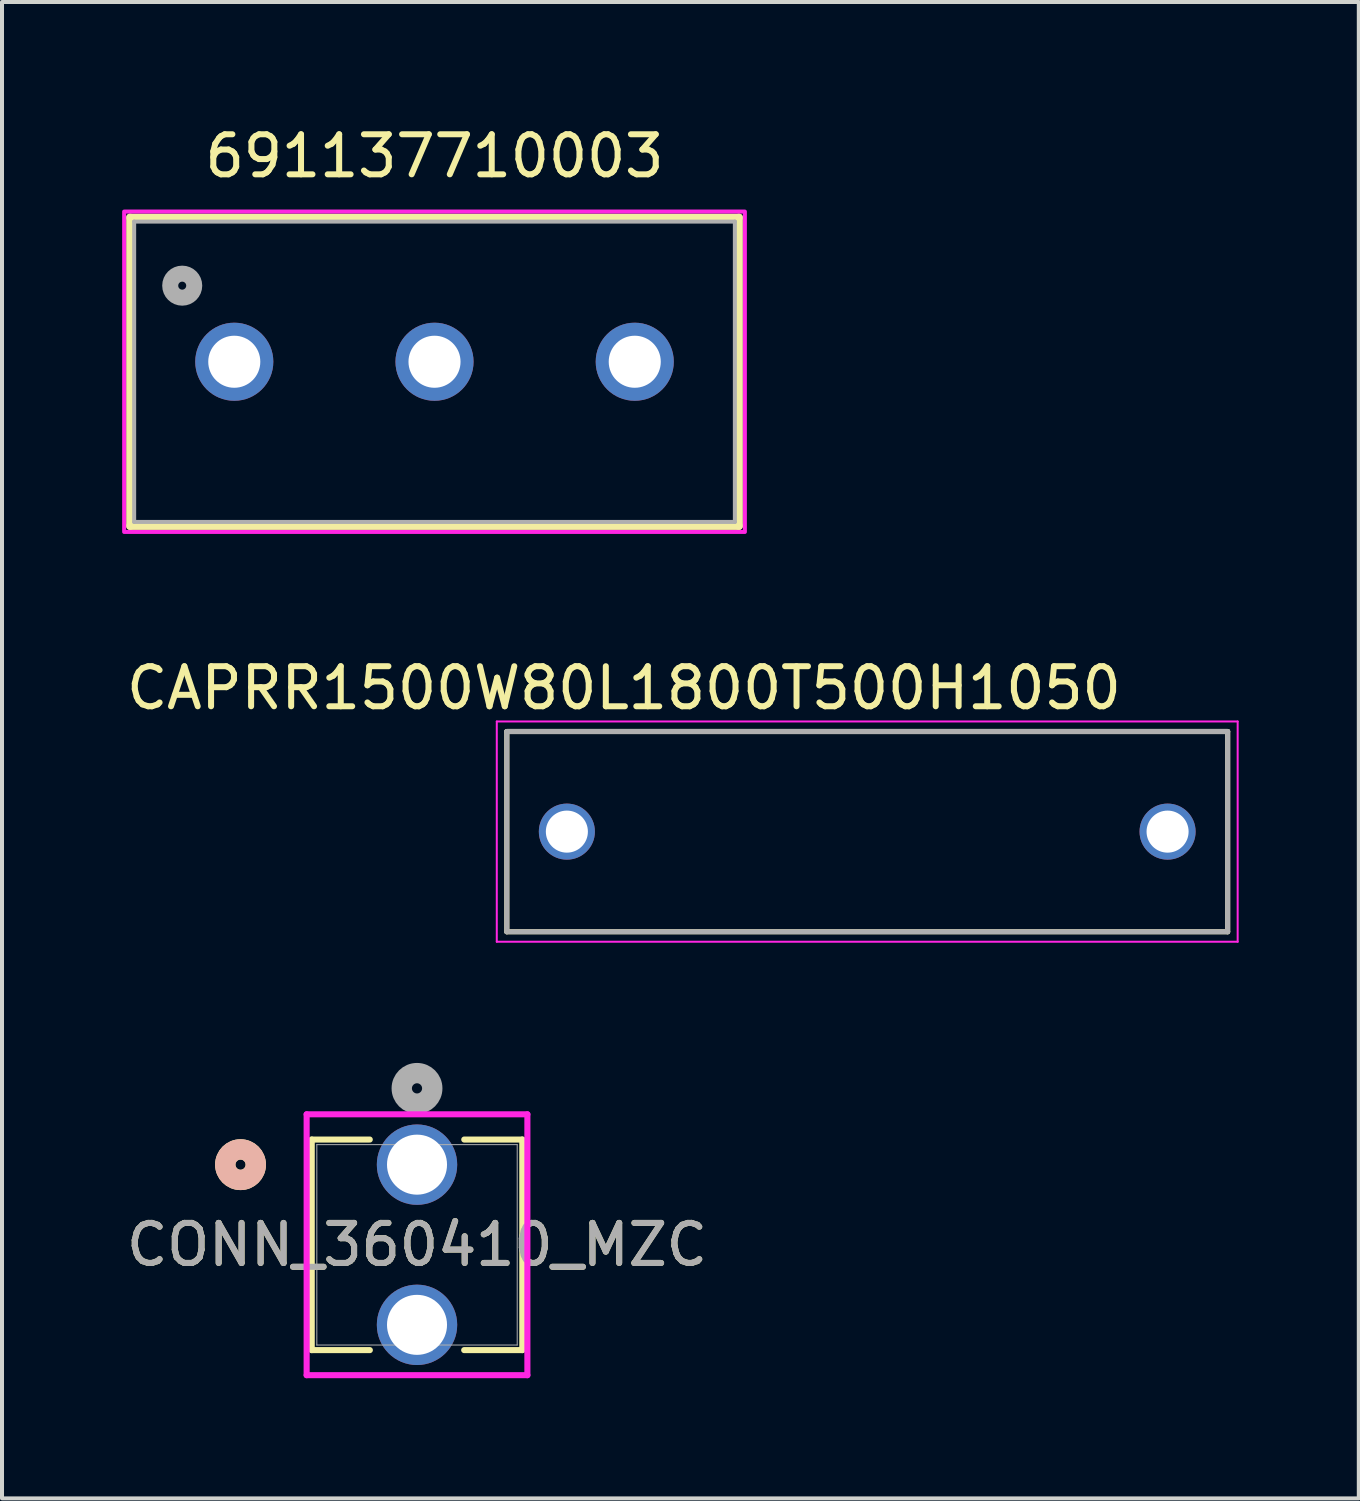
<source format=kicad_pcb>
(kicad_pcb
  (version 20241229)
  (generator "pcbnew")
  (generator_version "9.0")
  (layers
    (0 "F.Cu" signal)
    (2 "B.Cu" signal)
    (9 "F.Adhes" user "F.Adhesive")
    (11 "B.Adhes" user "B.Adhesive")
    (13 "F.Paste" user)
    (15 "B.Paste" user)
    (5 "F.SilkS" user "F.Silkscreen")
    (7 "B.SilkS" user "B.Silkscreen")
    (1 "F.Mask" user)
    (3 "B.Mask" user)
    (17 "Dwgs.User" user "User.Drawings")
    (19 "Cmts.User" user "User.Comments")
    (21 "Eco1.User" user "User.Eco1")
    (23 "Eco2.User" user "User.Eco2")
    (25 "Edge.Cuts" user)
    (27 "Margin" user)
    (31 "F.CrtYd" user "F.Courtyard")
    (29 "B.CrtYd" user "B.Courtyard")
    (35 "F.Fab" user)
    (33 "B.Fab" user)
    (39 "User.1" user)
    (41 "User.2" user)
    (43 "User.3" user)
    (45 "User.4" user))
  (footprint "CONN_360410_MZC"
    (layer "F.Cu")
    (at 7.363 26.032)
    (property "Reference" "CONN_360410_MZC" (at 0 2 0) (unlocked yes) (layer "F.SilkS") (effects (font (size 1 1) (thickness 0.15))))
    (attr through_hole)
    (fp_line (start -2.629 -0.627) (end -2.629 4.631) (stroke (width 0.152) (type solid)) (layer "F.SilkS"))
    (fp_line (start -2.629 4.631) (end -1.178 4.631) (stroke (width 0.152) (type solid)) (layer "F.SilkS"))
    (fp_line (start -1.18 -0.627) (end -2.629 -0.627) (stroke (width 0.152) (type solid)) (layer "F.SilkS"))
    (fp_line (start 1.178 4.631) (end 2.629 4.631) (stroke (width 0.152) (type solid)) (layer "F.SilkS"))
    (fp_line (start 2.629 -0.627) (end 1.18 -0.627) (stroke (width 0.152) (type solid)) (layer "F.SilkS"))
    (fp_line (start 2.629 4.631) (end 2.629 -0.627) (stroke (width 0.152) (type solid)) (layer "F.SilkS"))
    (fp_circle (center -4.407 0) (end -4.026 0) (stroke (width 0.508) (type solid)) (fill no) (layer "F.SilkS"))
    (fp_circle (center -4.407 0) (end -4.026 0) (stroke (width 0.508) (type solid)) (fill no) (layer "B.SilkS"))
    (fp_line (start -2.756 -1.257) (end -2.756 5.257) (stroke (width 0.152) (type solid)) (layer "F.CrtYd"))
    (fp_line (start -2.756 5.257) (end 2.756 5.257) (stroke (width 0.152) (type solid)) (layer "F.CrtYd"))
    (fp_line (start 2.756 -1.257) (end -2.756 -1.257) (stroke (width 0.152) (type solid)) (layer "F.CrtYd"))
    (fp_line (start 2.756 5.257) (end 2.756 -1.257) (stroke (width 0.152) (type solid)) (layer "F.CrtYd"))
    (fp_line (start -2.502 -0.5) (end -2.502 4.504) (stroke (width 0.025) (type solid)) (layer "F.Fab"))
    (fp_line (start -2.502 4.504) (end 2.502 4.504) (stroke (width 0.025) (type solid)) (layer "F.Fab"))
    (fp_line (start 2.502 -0.5) (end -2.502 -0.5) (stroke (width 0.025) (type solid)) (layer "F.Fab"))
    (fp_line (start 2.502 4.504) (end 2.502 -0.5) (stroke (width 0.025) (type solid)) (layer "F.Fab"))
    (fp_circle (center 0 -1.905) (end 0.381 -1.905) (stroke (width 0.508) (type solid)) (fill no) (layer "F.Fab"))
    (fp_text user "${REFERENCE}" (at 0 2 0) (unlocked yes) (layer "F.Fab") (effects (font (size 1 1) (thickness 0.15))))
    (pad "1" thru_hole circle (at 0 0) (size 2.007 2.007) (drill 1.499) (layers "*.Cu" "*.Mask"))
    (pad "2" thru_hole circle (at 0 4) (size 2.007 2.007) (drill 1.499) (layers "*.Cu" "*.Mask")))
  (footprint "CAPRR1500W80L1800T500H1050"
    (layer "F.Cu")
    (at 18.605 17.716)
    (property "Reference" "CAPRR1500W80L1800T500H1050" (at -6.075 -3.585 0) (layer "F.SilkS") (effects (font (size 1 1) (thickness 0.15))))
    (attr through_hole)
    (fp_line (start -9 -2.5) (end -9 2.5) (stroke (width 0.127) (type solid)) (layer "F.SilkS"))
    (fp_line (start -9 -2.5) (end 9 -2.5) (stroke (width 0.127) (type solid)) (layer "F.SilkS"))
    (fp_line (start -9 2.5) (end 9 2.5) (stroke (width 0.127) (type solid)) (layer "F.SilkS"))
    (fp_line (start 9 -2.5) (end 9 2.5) (stroke (width 0.127) (type solid)) (layer "F.SilkS"))
    (fp_line (start -9.25 -2.75) (end -9.25 2.75) (stroke (width 0.05) (type solid)) (layer "F.CrtYd"))
    (fp_line (start -9.25 -2.75) (end 9.25 -2.75) (stroke (width 0.05) (type solid)) (layer "F.CrtYd"))
    (fp_line (start 9.25 -2.75) (end 9.25 2.75) (stroke (width 0.05) (type solid)) (layer "F.CrtYd"))
    (fp_line (start 9.25 2.75) (end -9.25 2.75) (stroke (width 0.05) (type solid)) (layer "F.CrtYd"))
    (fp_line (start -9 -2.5) (end -9 2.5) (stroke (width 0.127) (type solid)) (layer "F.Fab"))
    (fp_line (start -9 -2.5) (end 9 -2.5) (stroke (width 0.127) (type solid)) (layer "F.Fab"))
    (fp_line (start 9 -2.5) (end 9 2.5) (stroke (width 0.127) (type solid)) (layer "F.Fab"))
    (fp_line (start 9 2.5) (end -9 2.5) (stroke (width 0.127) (type solid)) (layer "F.Fab"))
    (pad "1" thru_hole circle (at -7.5 0) (size 1.4 1.4) (drill 1.05) (layers "*.Cu" "*.Mask"))
    (pad "2" thru_hole circle (at 7.5 0) (size 1.4 1.4) (drill 1.05) (layers "*.Cu" "*.Mask")))
  (footprint "691137710003"
    (layer "F.Cu")
    (at 7.8 5.983)
    (property "Reference" "691137710003" (at 0 -5.135 0) (layer "F.SilkS") (effects (font (size 1 1) (thickness 0.15))))
    (attr through_hole)
    (fp_line (start -7.6 -3.6) (end 7.6 -3.6) (stroke (width 0.2) (type solid)) (layer "F.SilkS"))
    (fp_line (start -7.6 4.1) (end -7.6 -3.6) (stroke (width 0.2) (type solid)) (layer "F.SilkS"))
    (fp_line (start 7.6 -3.6) (end 7.6 4.1) (stroke (width 0.2) (type solid)) (layer "F.SilkS"))
    (fp_line (start 7.6 4.1) (end -7.6 4.1) (stroke (width 0.2) (type solid)) (layer "F.SilkS"))
    (fp_poly (pts (xy -7.75 -3.75) (xy 7.75 -3.75) (xy 7.75 4.25) (xy -7.75 4.25)) (stroke (width 0.1) (type solid)) (fill no) (layer "F.CrtYd"))
    (fp_line (start -7.5 -3.5) (end 7.5 -3.5) (stroke (width 0.1) (type solid)) (layer "F.Fab"))
    (fp_line (start -7.5 4) (end -7.5 -3.5) (stroke (width 0.1) (type solid)) (layer "F.Fab"))
    (fp_line (start 7.5 -3.5) (end 7.5 4) (stroke (width 0.1) (type solid)) (layer "F.Fab"))
    (fp_line (start 7.5 4) (end -7.5 4) (stroke (width 0.1) (type solid)) (layer "F.Fab"))
    (fp_circle (center -6.3 -1.9) (end -6.2 -1.9) (stroke (width 0.4) (type solid)) (fill no) (layer "F.Fab"))
    (pad "1" thru_hole circle (at -5 0) (size 1.95 1.95) (drill 1.3) (layers "*.Cu" "*.Mask"))
    (pad "2" thru_hole circle (at 0 0) (size 1.95 1.95) (drill 1.3) (layers "*.Cu" "*.Mask"))
    (pad "3" thru_hole circle (at 5 0) (size 1.95 1.95) (drill 1.3) (layers "*.Cu" "*.Mask")))
  (gr_rect
    (start -3 -3)
    (end 30.88 34.365)
    (stroke (width 0.1) (type default))
    (fill no)
    (layer "Edge.Cuts")))
</source>
